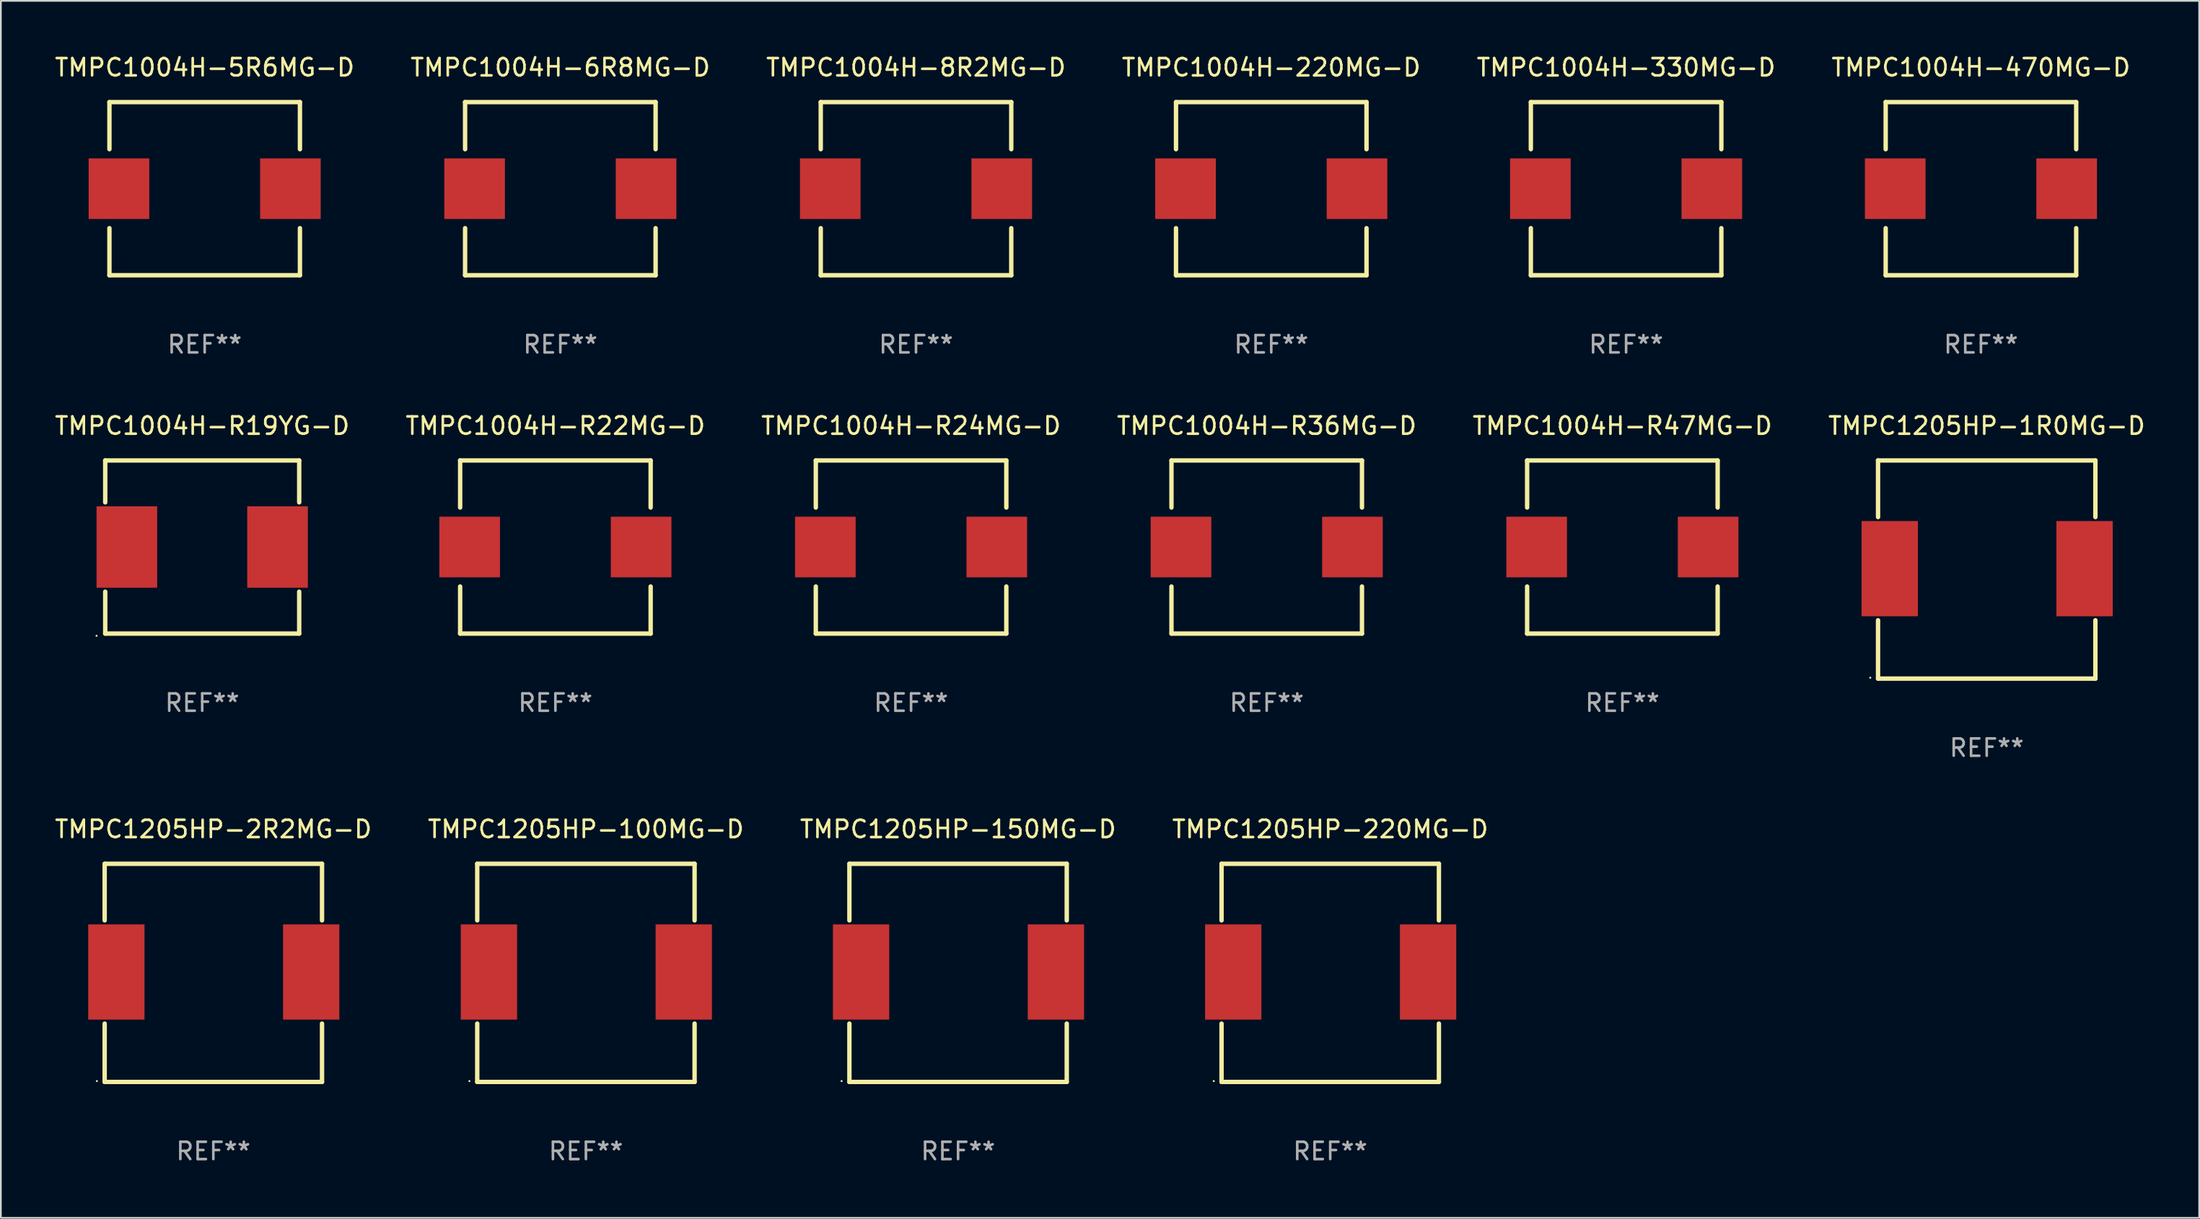
<source format=kicad_pcb>
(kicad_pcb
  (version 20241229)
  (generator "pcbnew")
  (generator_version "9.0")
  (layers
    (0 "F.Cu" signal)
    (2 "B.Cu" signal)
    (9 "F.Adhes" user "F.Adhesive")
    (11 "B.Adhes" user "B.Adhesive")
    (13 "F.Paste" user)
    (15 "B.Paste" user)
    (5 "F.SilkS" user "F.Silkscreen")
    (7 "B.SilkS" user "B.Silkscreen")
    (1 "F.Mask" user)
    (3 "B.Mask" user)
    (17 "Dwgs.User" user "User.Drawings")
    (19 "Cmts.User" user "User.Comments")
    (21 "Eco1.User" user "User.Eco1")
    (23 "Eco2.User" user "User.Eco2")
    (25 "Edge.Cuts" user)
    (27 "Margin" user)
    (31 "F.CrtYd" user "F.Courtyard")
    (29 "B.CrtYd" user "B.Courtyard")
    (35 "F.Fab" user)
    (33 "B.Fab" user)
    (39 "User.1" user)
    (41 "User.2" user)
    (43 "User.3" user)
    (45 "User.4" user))
  (footprint "TMPC1004H-R24MG-D"
    (layer "F.Cu")
    (at 49.554 28.545)
    (property "Reference" "TMPC1004H-R24MG-D" (at 0 -7 0) (layer "F.SilkS") (effects (font (size 1 1) (thickness 0.15))))
    (attr through_hole)
    (fp_line (start -5.5 -5) (end 5.5 -5) (stroke (width 0.254) (type solid)) (layer "F.SilkS"))
    (fp_line (start -5.5 -2.281) (end -5.5 -5) (stroke (width 0.254) (type solid)) (layer "F.SilkS"))
    (fp_line (start -5.5 5) (end -5.5 2.281) (stroke (width 0.254) (type solid)) (layer "F.SilkS"))
    (fp_line (start -5.5 5) (end 5.5 5) (stroke (width 0.254) (type solid)) (layer "F.SilkS"))
    (fp_line (start 5.5 -2.281) (end 5.5 -5) (stroke (width 0.254) (type solid)) (layer "F.SilkS"))
    (fp_line (start 5.5 5) (end 5.5 2.281) (stroke (width 0.254) (type solid)) (layer "F.SilkS"))
    (fp_circle (center -5.5 5) (end -5.47 5) (stroke (width 0.06) (type solid)) (fill no) (layer "F.SilkS"))
    (fp_text user "REF**" (at 0 9 0) (layer "F.Fab") (effects (font (size 1 1) (thickness 0.15))))
    (pad "1" smd rect (at -4.95 0 90) (size 3.5 3.5) (layers "F.Cu" "F.Mask" "F.Paste"))
    (pad "2" smd rect (at 4.95 0 270) (size 3.5 3.5) (layers "F.Cu" "F.Mask" "F.Paste")))
  (footprint "TMPC1004H-R19YG-D"
    (layer "F.Cu")
    (at 8.625 28.545)
    (property "Reference" "TMPC1004H-R19YG-D" (at 0 -7 0) (layer "F.SilkS") (effects (font (size 1 1) (thickness 0.15))))
    (attr through_hole)
    (fp_line (start -5.6 -5) (end -5.6 -2.581) (stroke (width 0.254) (type solid)) (layer "F.SilkS"))
    (fp_line (start -5.6 -5) (end 5.6 -5) (stroke (width 0.254) (type solid)) (layer "F.SilkS"))
    (fp_line (start -5.6 2.581) (end -5.6 5) (stroke (width 0.254) (type solid)) (layer "F.SilkS"))
    (fp_line (start -5.6 5) (end 5.6 5) (stroke (width 0.254) (type solid)) (layer "F.SilkS"))
    (fp_line (start 5.6 -5) (end 5.6 -2.581) (stroke (width 0.254) (type solid)) (layer "F.SilkS"))
    (fp_line (start 5.6 2.581) (end 5.6 5) (stroke (width 0.254) (type solid)) (layer "F.SilkS"))
    (fp_circle (center -6.1 5.127) (end -6.07 5.127) (stroke (width 0.06) (type solid)) (fill no) (layer "F.SilkS"))
    (fp_text user "REF**" (at 0 9 0) (layer "F.Fab") (effects (font (size 1 1) (thickness 0.15))))
    (pad "1" smd rect (at -4.35 0 90) (size 4.7 3.5) (layers "F.Cu" "F.Mask" "F.Paste"))
    (pad "2" smd rect (at 4.35 0 90) (size 4.7 3.5) (layers "F.Cu" "F.Mask" "F.Paste")))
  (footprint "TMPC1205HP-1R0MG-D"
    (layer "F.Cu")
    (at 111.661 29.845)
    (property "Reference" "TMPC1205HP-1R0MG-D" (at 0 -8.3 0) (layer "F.SilkS") (effects (font (size 1 1) (thickness 0.15))))
    (attr through_hole)
    (fp_line (start -6.275 -6.3) (end 6.275 -6.3) (stroke (width 0.254) (type solid)) (layer "F.SilkS"))
    (fp_line (start -6.275 -3.031) (end -6.275 -6.3) (stroke (width 0.254) (type solid)) (layer "F.SilkS"))
    (fp_line (start -6.275 6.3) (end -6.275 2.931) (stroke (width 0.254) (type solid)) (layer "F.SilkS"))
    (fp_line (start 6.275 -6.3) (end 6.275 -3.031) (stroke (width 0.254) (type solid)) (layer "F.SilkS"))
    (fp_line (start 6.275 2.931) (end 6.275 6.3) (stroke (width 0.254) (type solid)) (layer "F.SilkS"))
    (fp_line (start 6.275 6.3) (end -6.275 6.3) (stroke (width 0.254) (type solid)) (layer "F.SilkS"))
    (fp_circle (center -6.725 6.25) (end -6.695 6.25) (stroke (width 0.06) (type solid)) (fill no) (layer "F.SilkS"))
    (fp_text user "REF**" (at 0 10.3 0) (layer "F.Fab") (effects (font (size 1 1) (thickness 0.15))))
    (pad "1" smd rect (at -5.6 -0.05) (size 3.25 5.5) (layers "F.Cu" "F.Mask" "F.Paste"))
    (pad "2" smd rect (at 5.65 -0.05) (size 3.25 5.5) (layers "F.Cu" "F.Mask" "F.Paste")))
  (footprint "TMPC1004H-470MG-D"
    (layer "F.Cu")
    (at 111.327 7.848)
    (property "Reference" "TMPC1004H-470MG-D" (at 0 -7 0) (layer "F.SilkS") (effects (font (size 1 1) (thickness 0.15))))
    (attr through_hole)
    (fp_line (start -5.5 -5) (end 5.5 -5) (stroke (width 0.254) (type solid)) (layer "F.SilkS"))
    (fp_line (start -5.5 -2.281) (end -5.5 -5) (stroke (width 0.254) (type solid)) (layer "F.SilkS"))
    (fp_line (start -5.5 5) (end -5.5 2.281) (stroke (width 0.254) (type solid)) (layer "F.SilkS"))
    (fp_line (start -5.5 5) (end 5.5 5) (stroke (width 0.254) (type solid)) (layer "F.SilkS"))
    (fp_line (start 5.5 -2.281) (end 5.5 -5) (stroke (width 0.254) (type solid)) (layer "F.SilkS"))
    (fp_line (start 5.5 5) (end 5.5 2.281) (stroke (width 0.254) (type solid)) (layer "F.SilkS"))
    (fp_circle (center -5.5 5) (end -5.47 5) (stroke (width 0.06) (type solid)) (fill no) (layer "F.SilkS"))
    (fp_text user "REF**" (at 0 9 0) (layer "F.Fab") (effects (font (size 1 1) (thickness 0.15))))
    (pad "1" smd rect (at -4.95 0 90) (size 3.5 3.5) (layers "F.Cu" "F.Mask" "F.Paste"))
    (pad "2" smd rect (at 4.95 0 270) (size 3.5 3.5) (layers "F.Cu" "F.Mask" "F.Paste")))
  (footprint "TMPC1205HP-100MG-D"
    (layer "F.Cu")
    (at 30.78 53.141)
    (property "Reference" "TMPC1205HP-100MG-D" (at 0 -8.3 0) (layer "F.SilkS") (effects (font (size 1 1) (thickness 0.15))))
    (attr through_hole)
    (fp_line (start -6.275 -6.3) (end 6.275 -6.3) (stroke (width 0.254) (type solid)) (layer "F.SilkS"))
    (fp_line (start -6.275 -3.031) (end -6.275 -6.3) (stroke (width 0.254) (type solid)) (layer "F.SilkS"))
    (fp_line (start -6.275 6.3) (end -6.275 2.931) (stroke (width 0.254) (type solid)) (layer "F.SilkS"))
    (fp_line (start 6.275 -6.3) (end 6.275 -3.031) (stroke (width 0.254) (type solid)) (layer "F.SilkS"))
    (fp_line (start 6.275 2.931) (end 6.275 6.3) (stroke (width 0.254) (type solid)) (layer "F.SilkS"))
    (fp_line (start 6.275 6.3) (end -6.275 6.3) (stroke (width 0.254) (type solid)) (layer "F.SilkS"))
    (fp_circle (center -6.725 6.25) (end -6.695 6.25) (stroke (width 0.06) (type solid)) (fill no) (layer "F.SilkS"))
    (fp_text user "REF**" (at 0 10.3 0) (layer "F.Fab") (effects (font (size 1 1) (thickness 0.15))))
    (pad "1" smd rect (at -5.6 -0.05) (size 3.25 5.5) (layers "F.Cu" "F.Mask" "F.Paste"))
    (pad "2" smd rect (at 5.65 -0.05) (size 3.25 5.5) (layers "F.Cu" "F.Mask" "F.Paste")))
  (footprint "TMPC1004H-330MG-D"
    (layer "F.Cu")
    (at 90.839 7.848)
    (property "Reference" "TMPC1004H-330MG-D" (at 0 -7 0) (layer "F.SilkS") (effects (font (size 1 1) (thickness 0.15))))
    (attr through_hole)
    (fp_line (start -5.5 -5) (end 5.5 -5) (stroke (width 0.254) (type solid)) (layer "F.SilkS"))
    (fp_line (start -5.5 -2.281) (end -5.5 -5) (stroke (width 0.254) (type solid)) (layer "F.SilkS"))
    (fp_line (start -5.5 5) (end -5.5 2.281) (stroke (width 0.254) (type solid)) (layer "F.SilkS"))
    (fp_line (start -5.5 5) (end 5.5 5) (stroke (width 0.254) (type solid)) (layer "F.SilkS"))
    (fp_line (start 5.5 -2.281) (end 5.5 -5) (stroke (width 0.254) (type solid)) (layer "F.SilkS"))
    (fp_line (start 5.5 5) (end 5.5 2.281) (stroke (width 0.254) (type solid)) (layer "F.SilkS"))
    (fp_circle (center -5.5 5) (end -5.47 5) (stroke (width 0.06) (type solid)) (fill no) (layer "F.SilkS"))
    (fp_text user "REF**" (at 0 9 0) (layer "F.Fab") (effects (font (size 1 1) (thickness 0.15))))
    (pad "1" smd rect (at -4.95 0 90) (size 3.5 3.5) (layers "F.Cu" "F.Mask" "F.Paste"))
    (pad "2" smd rect (at 4.95 0 270) (size 3.5 3.5) (layers "F.Cu" "F.Mask" "F.Paste")))
  (footprint "TMPC1004H-5R6MG-D"
    (layer "F.Cu")
    (at 8.768 7.848)
    (property "Reference" "TMPC1004H-5R6MG-D" (at 0 -7 0) (layer "F.SilkS") (effects (font (size 1 1) (thickness 0.15))))
    (attr through_hole)
    (fp_line (start -5.5 -5) (end 5.5 -5) (stroke (width 0.254) (type solid)) (layer "F.SilkS"))
    (fp_line (start -5.5 -2.281) (end -5.5 -5) (stroke (width 0.254) (type solid)) (layer "F.SilkS"))
    (fp_line (start -5.5 5) (end -5.5 2.281) (stroke (width 0.254) (type solid)) (layer "F.SilkS"))
    (fp_line (start -5.5 5) (end 5.5 5) (stroke (width 0.254) (type solid)) (layer "F.SilkS"))
    (fp_line (start 5.5 -2.281) (end 5.5 -5) (stroke (width 0.254) (type solid)) (layer "F.SilkS"))
    (fp_line (start 5.5 5) (end 5.5 2.281) (stroke (width 0.254) (type solid)) (layer "F.SilkS"))
    (fp_circle (center -5.5 5) (end -5.47 5) (stroke (width 0.06) (type solid)) (fill no) (layer "F.SilkS"))
    (fp_text user "REF**" (at 0 9 0) (layer "F.Fab") (effects (font (size 1 1) (thickness 0.15))))
    (pad "1" smd rect (at -4.95 0 90) (size 3.5 3.5) (layers "F.Cu" "F.Mask" "F.Paste"))
    (pad "2" smd rect (at 4.95 0 270) (size 3.5 3.5) (layers "F.Cu" "F.Mask" "F.Paste")))
  (footprint "TMPC1004H-220MG-D"
    (layer "F.Cu")
    (at 70.351 7.848)
    (property "Reference" "TMPC1004H-220MG-D" (at 0 -7 0) (layer "F.SilkS") (effects (font (size 1 1) (thickness 0.15))))
    (attr through_hole)
    (fp_line (start -5.5 -5) (end 5.5 -5) (stroke (width 0.254) (type solid)) (layer "F.SilkS"))
    (fp_line (start -5.5 -2.281) (end -5.5 -5) (stroke (width 0.254) (type solid)) (layer "F.SilkS"))
    (fp_line (start -5.5 5) (end -5.5 2.281) (stroke (width 0.254) (type solid)) (layer "F.SilkS"))
    (fp_line (start -5.5 5) (end 5.5 5) (stroke (width 0.254) (type solid)) (layer "F.SilkS"))
    (fp_line (start 5.5 -2.281) (end 5.5 -5) (stroke (width 0.254) (type solid)) (layer "F.SilkS"))
    (fp_line (start 5.5 5) (end 5.5 2.281) (stroke (width 0.254) (type solid)) (layer "F.SilkS"))
    (fp_circle (center -5.5 5) (end -5.47 5) (stroke (width 0.06) (type solid)) (fill no) (layer "F.SilkS"))
    (fp_text user "REF**" (at 0 9 0) (layer "F.Fab") (effects (font (size 1 1) (thickness 0.15))))
    (pad "1" smd rect (at -4.95 0 90) (size 3.5 3.5) (layers "F.Cu" "F.Mask" "F.Paste"))
    (pad "2" smd rect (at 4.95 0 270) (size 3.5 3.5) (layers "F.Cu" "F.Mask" "F.Paste")))
  (footprint "TMPC1205HP-150MG-D"
    (layer "F.Cu")
    (at 52.268 53.141)
    (property "Reference" "TMPC1205HP-150MG-D" (at 0 -8.3 0) (layer "F.SilkS") (effects (font (size 1 1) (thickness 0.15))))
    (attr through_hole)
    (fp_line (start -6.275 -6.3) (end 6.275 -6.3) (stroke (width 0.254) (type solid)) (layer "F.SilkS"))
    (fp_line (start -6.275 -3.031) (end -6.275 -6.3) (stroke (width 0.254) (type solid)) (layer "F.SilkS"))
    (fp_line (start -6.275 6.3) (end -6.275 2.931) (stroke (width 0.254) (type solid)) (layer "F.SilkS"))
    (fp_line (start 6.275 -6.3) (end 6.275 -3.031) (stroke (width 0.254) (type solid)) (layer "F.SilkS"))
    (fp_line (start 6.275 2.931) (end 6.275 6.3) (stroke (width 0.254) (type solid)) (layer "F.SilkS"))
    (fp_line (start 6.275 6.3) (end -6.275 6.3) (stroke (width 0.254) (type solid)) (layer "F.SilkS"))
    (fp_circle (center -6.725 6.25) (end -6.695 6.25) (stroke (width 0.06) (type solid)) (fill no) (layer "F.SilkS"))
    (fp_text user "REF**" (at 0 10.3 0) (layer "F.Fab") (effects (font (size 1 1) (thickness 0.15))))
    (pad "1" smd rect (at -5.6 -0.05) (size 3.25 5.5) (layers "F.Cu" "F.Mask" "F.Paste"))
    (pad "2" smd rect (at 5.65 -0.05) (size 3.25 5.5) (layers "F.Cu" "F.Mask" "F.Paste")))
  (footprint "TMPC1004H-R36MG-D"
    (layer "F.Cu")
    (at 70.089 28.545)
    (property "Reference" "TMPC1004H-R36MG-D" (at 0 -7 0) (layer "F.SilkS") (effects (font (size 1 1) (thickness 0.15))))
    (attr through_hole)
    (fp_line (start -5.5 -5) (end 5.5 -5) (stroke (width 0.254) (type solid)) (layer "F.SilkS"))
    (fp_line (start -5.5 -2.281) (end -5.5 -5) (stroke (width 0.254) (type solid)) (layer "F.SilkS"))
    (fp_line (start -5.5 5) (end -5.5 2.281) (stroke (width 0.254) (type solid)) (layer "F.SilkS"))
    (fp_line (start -5.5 5) (end 5.5 5) (stroke (width 0.254) (type solid)) (layer "F.SilkS"))
    (fp_line (start 5.5 -2.281) (end 5.5 -5) (stroke (width 0.254) (type solid)) (layer "F.SilkS"))
    (fp_line (start 5.5 5) (end 5.5 2.281) (stroke (width 0.254) (type solid)) (layer "F.SilkS"))
    (fp_circle (center -5.5 5) (end -5.47 5) (stroke (width 0.06) (type solid)) (fill no) (layer "F.SilkS"))
    (fp_text user "REF**" (at 0 9 0) (layer "F.Fab") (effects (font (size 1 1) (thickness 0.15))))
    (pad "1" smd rect (at -4.95 0 90) (size 3.5 3.5) (layers "F.Cu" "F.Mask" "F.Paste"))
    (pad "2" smd rect (at 4.95 0 270) (size 3.5 3.5) (layers "F.Cu" "F.Mask" "F.Paste")))
  (footprint "TMPC1205HP-220MG-D"
    (layer "F.Cu")
    (at 73.756 53.141)
    (property "Reference" "TMPC1205HP-220MG-D" (at 0 -8.3 0) (layer "F.SilkS") (effects (font (size 1 1) (thickness 0.15))))
    (attr through_hole)
    (fp_line (start -6.275 -6.3) (end 6.275 -6.3) (stroke (width 0.254) (type solid)) (layer "F.SilkS"))
    (fp_line (start -6.275 -3.031) (end -6.275 -6.3) (stroke (width 0.254) (type solid)) (layer "F.SilkS"))
    (fp_line (start -6.275 6.3) (end -6.275 2.931) (stroke (width 0.254) (type solid)) (layer "F.SilkS"))
    (fp_line (start 6.275 -6.3) (end 6.275 -3.031) (stroke (width 0.254) (type solid)) (layer "F.SilkS"))
    (fp_line (start 6.275 2.931) (end 6.275 6.3) (stroke (width 0.254) (type solid)) (layer "F.SilkS"))
    (fp_line (start 6.275 6.3) (end -6.275 6.3) (stroke (width 0.254) (type solid)) (layer "F.SilkS"))
    (fp_circle (center -6.725 6.25) (end -6.695 6.25) (stroke (width 0.06) (type solid)) (fill no) (layer "F.SilkS"))
    (fp_text user "REF**" (at 0 10.3 0) (layer "F.Fab") (effects (font (size 1 1) (thickness 0.15))))
    (pad "1" smd rect (at -5.6 -0.05) (size 3.25 5.5) (layers "F.Cu" "F.Mask" "F.Paste"))
    (pad "2" smd rect (at 5.65 -0.05) (size 3.25 5.5) (layers "F.Cu" "F.Mask" "F.Paste")))
  (footprint "TMPC1205HP-2R2MG-D"
    (layer "F.Cu")
    (at 9.268 53.141)
    (property "Reference" "TMPC1205HP-2R2MG-D" (at 0 -8.3 0) (layer "F.SilkS") (effects (font (size 1 1) (thickness 0.15))))
    (attr through_hole)
    (fp_line (start -6.275 -6.3) (end 6.275 -6.3) (stroke (width 0.254) (type solid)) (layer "F.SilkS"))
    (fp_line (start -6.275 -3.031) (end -6.275 -6.3) (stroke (width 0.254) (type solid)) (layer "F.SilkS"))
    (fp_line (start -6.275 6.3) (end -6.275 2.931) (stroke (width 0.254) (type solid)) (layer "F.SilkS"))
    (fp_line (start 6.275 -6.3) (end 6.275 -3.031) (stroke (width 0.254) (type solid)) (layer "F.SilkS"))
    (fp_line (start 6.275 2.931) (end 6.275 6.3) (stroke (width 0.254) (type solid)) (layer "F.SilkS"))
    (fp_line (start 6.275 6.3) (end -6.275 6.3) (stroke (width 0.254) (type solid)) (layer "F.SilkS"))
    (fp_circle (center -6.725 6.25) (end -6.695 6.25) (stroke (width 0.06) (type solid)) (fill no) (layer "F.SilkS"))
    (fp_text user "REF**" (at 0 10.3 0) (layer "F.Fab") (effects (font (size 1 1) (thickness 0.15))))
    (pad "1" smd rect (at -5.6 -0.05) (size 3.25 5.5) (layers "F.Cu" "F.Mask" "F.Paste"))
    (pad "2" smd rect (at 5.65 -0.05) (size 3.25 5.5) (layers "F.Cu" "F.Mask" "F.Paste")))
  (footprint "TMPC1004H-8R2MG-D"
    (layer "F.Cu")
    (at 49.839 7.848)
    (property "Reference" "TMPC1004H-8R2MG-D" (at 0 -7 0) (layer "F.SilkS") (effects (font (size 1 1) (thickness 0.15))))
    (attr through_hole)
    (fp_line (start -5.5 -5) (end 5.5 -5) (stroke (width 0.254) (type solid)) (layer "F.SilkS"))
    (fp_line (start -5.5 -2.281) (end -5.5 -5) (stroke (width 0.254) (type solid)) (layer "F.SilkS"))
    (fp_line (start -5.5 5) (end -5.5 2.281) (stroke (width 0.254) (type solid)) (layer "F.SilkS"))
    (fp_line (start -5.5 5) (end 5.5 5) (stroke (width 0.254) (type solid)) (layer "F.SilkS"))
    (fp_line (start 5.5 -2.281) (end 5.5 -5) (stroke (width 0.254) (type solid)) (layer "F.SilkS"))
    (fp_line (start 5.5 5) (end 5.5 2.281) (stroke (width 0.254) (type solid)) (layer "F.SilkS"))
    (fp_circle (center -5.5 5) (end -5.47 5) (stroke (width 0.06) (type solid)) (fill no) (layer "F.SilkS"))
    (fp_text user "REF**" (at 0 9 0) (layer "F.Fab") (effects (font (size 1 1) (thickness 0.15))))
    (pad "1" smd rect (at -4.95 0 90) (size 3.5 3.5) (layers "F.Cu" "F.Mask" "F.Paste"))
    (pad "2" smd rect (at 4.95 0 270) (size 3.5 3.5) (layers "F.Cu" "F.Mask" "F.Paste")))
  (footprint "TMPC1004H-R22MG-D"
    (layer "F.Cu")
    (at 29.018 28.545)
    (property "Reference" "TMPC1004H-R22MG-D" (at 0 -7 0) (layer "F.SilkS") (effects (font (size 1 1) (thickness 0.15))))
    (attr through_hole)
    (fp_line (start -5.5 -5) (end 5.5 -5) (stroke (width 0.254) (type solid)) (layer "F.SilkS"))
    (fp_line (start -5.5 -2.281) (end -5.5 -5) (stroke (width 0.254) (type solid)) (layer "F.SilkS"))
    (fp_line (start -5.5 5) (end -5.5 2.281) (stroke (width 0.254) (type solid)) (layer "F.SilkS"))
    (fp_line (start -5.5 5) (end 5.5 5) (stroke (width 0.254) (type solid)) (layer "F.SilkS"))
    (fp_line (start 5.5 -2.281) (end 5.5 -5) (stroke (width 0.254) (type solid)) (layer "F.SilkS"))
    (fp_line (start 5.5 5) (end 5.5 2.281) (stroke (width 0.254) (type solid)) (layer "F.SilkS"))
    (fp_circle (center -5.5 5) (end -5.47 5) (stroke (width 0.06) (type solid)) (fill no) (layer "F.SilkS"))
    (fp_text user "REF**" (at 0 9 0) (layer "F.Fab") (effects (font (size 1 1) (thickness 0.15))))
    (pad "1" smd rect (at -4.95 0 90) (size 3.5 3.5) (layers "F.Cu" "F.Mask" "F.Paste"))
    (pad "2" smd rect (at 4.95 0 270) (size 3.5 3.5) (layers "F.Cu" "F.Mask" "F.Paste")))
  (footprint "TMPC1004H-R47MG-D"
    (layer "F.Cu")
    (at 90.625 28.545)
    (property "Reference" "TMPC1004H-R47MG-D" (at 0 -7 0) (layer "F.SilkS") (effects (font (size 1 1) (thickness 0.15))))
    (attr through_hole)
    (fp_line (start -5.5 -5) (end 5.5 -5) (stroke (width 0.254) (type solid)) (layer "F.SilkS"))
    (fp_line (start -5.5 -2.281) (end -5.5 -5) (stroke (width 0.254) (type solid)) (layer "F.SilkS"))
    (fp_line (start -5.5 5) (end -5.5 2.281) (stroke (width 0.254) (type solid)) (layer "F.SilkS"))
    (fp_line (start -5.5 5) (end 5.5 5) (stroke (width 0.254) (type solid)) (layer "F.SilkS"))
    (fp_line (start 5.5 -2.281) (end 5.5 -5) (stroke (width 0.254) (type solid)) (layer "F.SilkS"))
    (fp_line (start 5.5 5) (end 5.5 2.281) (stroke (width 0.254) (type solid)) (layer "F.SilkS"))
    (fp_circle (center -5.5 5) (end -5.47 5) (stroke (width 0.06) (type solid)) (fill no) (layer "F.SilkS"))
    (fp_text user "REF**" (at 0 9 0) (layer "F.Fab") (effects (font (size 1 1) (thickness 0.15))))
    (pad "1" smd rect (at -4.95 0 90) (size 3.5 3.5) (layers "F.Cu" "F.Mask" "F.Paste"))
    (pad "2" smd rect (at 4.95 0 270) (size 3.5 3.5) (layers "F.Cu" "F.Mask" "F.Paste")))
  (footprint "TMPC1004H-6R8MG-D"
    (layer "F.Cu")
    (at 29.304 7.848)
    (property "Reference" "TMPC1004H-6R8MG-D" (at 0 -7 0) (layer "F.SilkS") (effects (font (size 1 1) (thickness 0.15))))
    (attr through_hole)
    (fp_line (start -5.5 -5) (end 5.5 -5) (stroke (width 0.254) (type solid)) (layer "F.SilkS"))
    (fp_line (start -5.5 -2.281) (end -5.5 -5) (stroke (width 0.254) (type solid)) (layer "F.SilkS"))
    (fp_line (start -5.5 5) (end -5.5 2.281) (stroke (width 0.254) (type solid)) (layer "F.SilkS"))
    (fp_line (start -5.5 5) (end 5.5 5) (stroke (width 0.254) (type solid)) (layer "F.SilkS"))
    (fp_line (start 5.5 -2.281) (end 5.5 -5) (stroke (width 0.254) (type solid)) (layer "F.SilkS"))
    (fp_line (start 5.5 5) (end 5.5 2.281) (stroke (width 0.254) (type solid)) (layer "F.SilkS"))
    (fp_circle (center -5.5 5) (end -5.47 5) (stroke (width 0.06) (type solid)) (fill no) (layer "F.SilkS"))
    (fp_text user "REF**" (at 0 9 0) (layer "F.Fab") (effects (font (size 1 1) (thickness 0.15))))
    (pad "1" smd rect (at -4.95 0 90) (size 3.5 3.5) (layers "F.Cu" "F.Mask" "F.Paste"))
    (pad "2" smd rect (at 4.95 0 270) (size 3.5 3.5) (layers "F.Cu" "F.Mask" "F.Paste")))
  (gr_rect
    (start -3 -3)
    (end 123.929 67.29)
    (stroke (width 0.1) (type default))
    (fill no)
    (layer "Edge.Cuts")))
</source>
